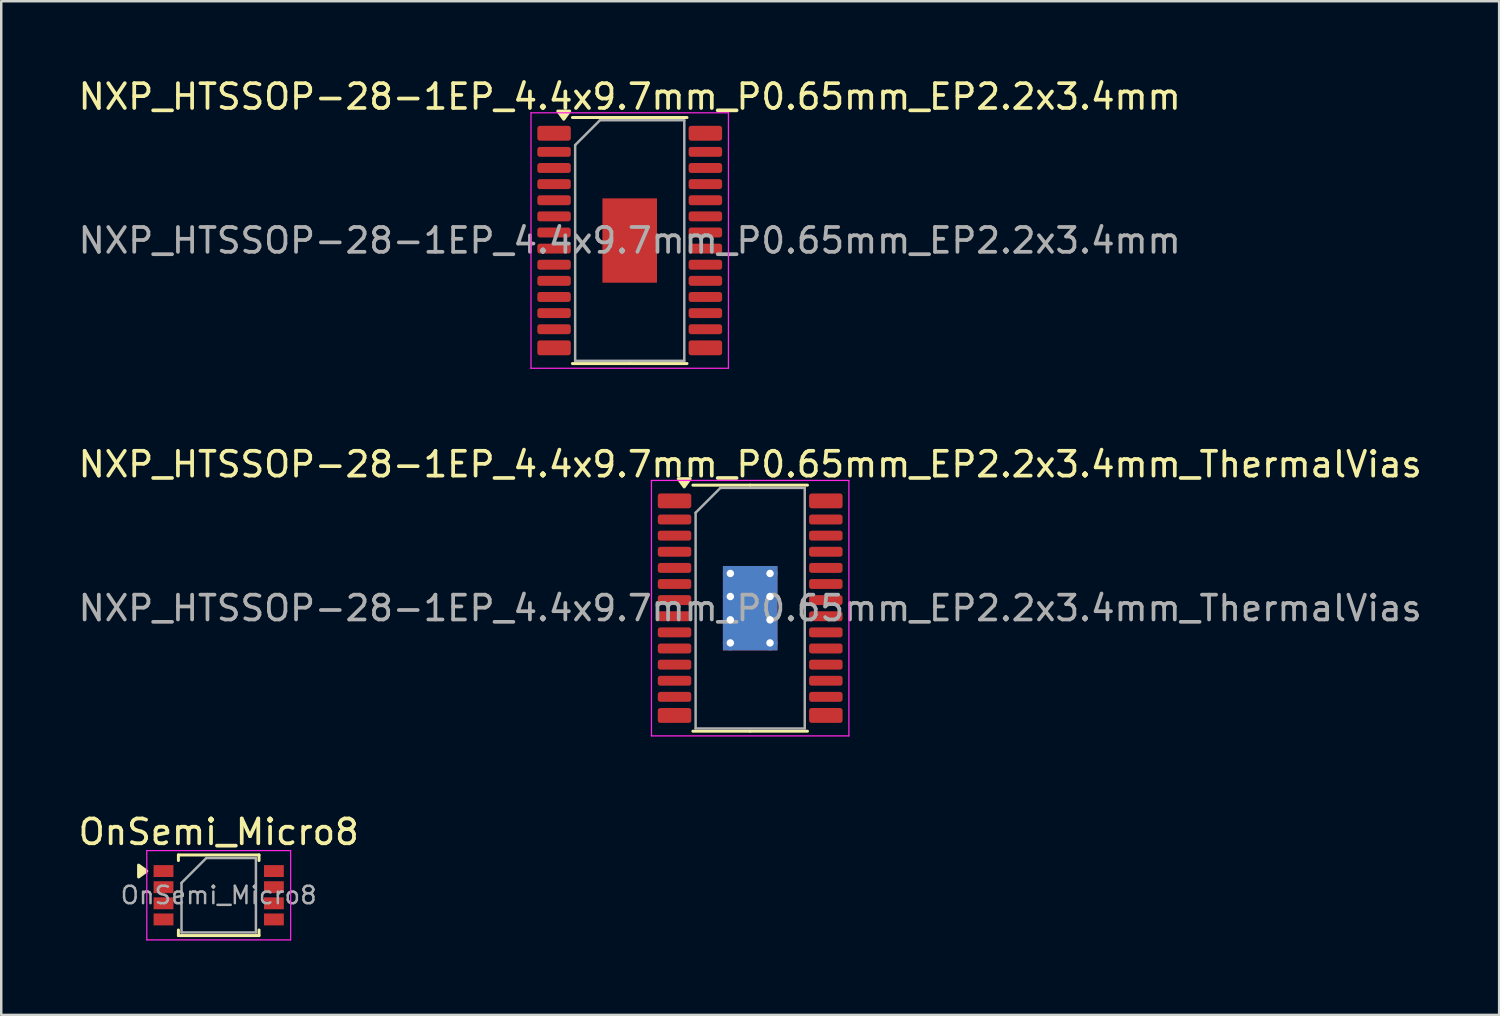
<source format=kicad_pcb>
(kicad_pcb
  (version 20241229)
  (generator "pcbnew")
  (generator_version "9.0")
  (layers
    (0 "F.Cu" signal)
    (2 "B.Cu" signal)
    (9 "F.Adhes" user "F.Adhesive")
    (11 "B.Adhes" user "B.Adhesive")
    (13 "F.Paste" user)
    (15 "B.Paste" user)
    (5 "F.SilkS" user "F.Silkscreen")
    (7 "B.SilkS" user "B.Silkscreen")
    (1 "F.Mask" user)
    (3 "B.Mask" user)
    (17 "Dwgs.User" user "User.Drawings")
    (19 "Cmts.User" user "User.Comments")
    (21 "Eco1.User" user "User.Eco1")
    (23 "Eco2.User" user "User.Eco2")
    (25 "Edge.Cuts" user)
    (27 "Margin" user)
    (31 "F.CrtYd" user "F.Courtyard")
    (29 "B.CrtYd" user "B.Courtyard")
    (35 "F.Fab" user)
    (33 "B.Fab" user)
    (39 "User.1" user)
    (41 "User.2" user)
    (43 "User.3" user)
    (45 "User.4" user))
  (footprint "NXP_HTSSOP-28-1EP_4.4x9.7mm_P0.65mm_EP2.2x3.4mm"
    (layer "F.Cu")
    (at 22.339 6.648)
    (property "Reference" "NXP_HTSSOP-28-1EP_4.4x9.7mm_P0.65mm_EP2.2x3.4mm" (at 0 -5.8 0) (layer "F.SilkS") (effects (font (size 1 1) (thickness 0.15))))
    (attr smd)
    (fp_line (start 0 -4.96) (end -2.31 -4.96) (stroke (width 0.12) (type solid)) (layer "F.SilkS"))
    (fp_line (start 0 -4.96) (end 2.31 -4.96) (stroke (width 0.12) (type solid)) (layer "F.SilkS"))
    (fp_line (start 0 4.96) (end -2.31 4.96) (stroke (width 0.12) (type solid)) (layer "F.SilkS"))
    (fp_line (start 0 4.96) (end 2.31 4.96) (stroke (width 0.12) (type solid)) (layer "F.SilkS"))
    (fp_poly (pts (xy -2.66 -4.89) (xy -2.42 -5.22) (xy -2.9 -5.22) (xy -2.66 -4.89)) (stroke (width 0.12) (type solid)) (fill yes) (layer "F.SilkS"))
    (fp_line (start -3.98 -5.15) (end -3.98 5.15) (stroke (width 0.05) (type solid)) (layer "F.CrtYd"))
    (fp_line (start -3.98 5.15) (end 3.98 5.15) (stroke (width 0.05) (type solid)) (layer "F.CrtYd"))
    (fp_line (start 3.98 -5.15) (end -3.98 -5.15) (stroke (width 0.05) (type solid)) (layer "F.CrtYd"))
    (fp_line (start 3.98 5.15) (end 3.98 -5.15) (stroke (width 0.05) (type solid)) (layer "F.CrtYd"))
    (fp_line (start -2.2 -3.85) (end -1.2 -4.85) (stroke (width 0.1) (type solid)) (layer "F.Fab"))
    (fp_line (start -2.2 4.85) (end -2.2 -3.85) (stroke (width 0.1) (type solid)) (layer "F.Fab"))
    (fp_line (start -1.2 -4.85) (end 2.2 -4.85) (stroke (width 0.1) (type solid)) (layer "F.Fab"))
    (fp_line (start 2.2 -4.85) (end 2.2 4.85) (stroke (width 0.1) (type solid)) (layer "F.Fab"))
    (fp_line (start 2.2 4.85) (end -2.2 4.85) (stroke (width 0.1) (type solid)) (layer "F.Fab"))
    (fp_text user "${REFERENCE}" (at 0 0 0) (layer "F.Fab") (effects (font (size 1 1) (thickness 0.15))))
    (pad "" smd roundrect (at -0.7 -1.23) (size 0.6 0.7) (layers "F.Paste") (roundrect_rratio 0.25))
    (pad "" smd roundrect (at -0.7 -0.41) (size 0.6 0.7) (layers "F.Paste") (roundrect_rratio 0.25))
    (pad "" smd roundrect (at -0.7 0.41) (size 0.6 0.7) (layers "F.Paste") (roundrect_rratio 0.25))
    (pad "" smd roundrect (at -0.7 1.23) (size 0.6 0.7) (layers "F.Paste") (roundrect_rratio 0.25))
    (pad "" smd roundrect (at 0 -1.23) (size 0.6 0.7) (layers "F.Paste") (roundrect_rratio 0.25))
    (pad "" smd roundrect (at 0 -0.41) (size 0.6 0.7) (layers "F.Paste") (roundrect_rratio 0.25))
    (pad "" smd roundrect (at 0 0.41) (size 0.6 0.7) (layers "F.Paste") (roundrect_rratio 0.25))
    (pad "" smd roundrect (at 0 1.23) (size 0.6 0.7) (layers "F.Paste") (roundrect_rratio 0.25))
    (pad "" smd roundrect (at 0.7 -1.23) (size 0.6 0.7) (layers "F.Paste") (roundrect_rratio 0.25))
    (pad "" smd roundrect (at 0.7 -0.41) (size 0.6 0.7) (layers "F.Paste") (roundrect_rratio 0.25))
    (pad "" smd roundrect (at 0.7 0.41) (size 0.6 0.7) (layers "F.Paste") (roundrect_rratio 0.25))
    (pad "" smd roundrect (at 0.7 1.23) (size 0.6 0.7) (layers "F.Paste") (roundrect_rratio 0.25))
    (pad "1" smd roundrect (at -3.05 -4.325) (size 1.35 0.6) (layers "F.Cu" "F.Mask" "F.Paste") (roundrect_rratio 0.167))
    (pad "2" smd roundrect (at -3.05 -3.575) (size 1.35 0.4) (layers "F.Cu" "F.Mask" "F.Paste") (roundrect_rratio 0.25))
    (pad "3" smd roundrect (at -3.05 -2.925) (size 1.35 0.4) (layers "F.Cu" "F.Mask" "F.Paste") (roundrect_rratio 0.25))
    (pad "4" smd roundrect (at -3.05 -2.275) (size 1.35 0.4) (layers "F.Cu" "F.Mask" "F.Paste") (roundrect_rratio 0.25))
    (pad "5" smd roundrect (at -3.05 -1.625) (size 1.35 0.4) (layers "F.Cu" "F.Mask" "F.Paste") (roundrect_rratio 0.25))
    (pad "6" smd roundrect (at -3.05 -0.975) (size 1.35 0.4) (layers "F.Cu" "F.Mask" "F.Paste") (roundrect_rratio 0.25))
    (pad "7" smd roundrect (at -3.05 -0.325) (size 1.35 0.4) (layers "F.Cu" "F.Mask" "F.Paste") (roundrect_rratio 0.25))
    (pad "8" smd roundrect (at -3.05 0.325) (size 1.35 0.4) (layers "F.Cu" "F.Mask" "F.Paste") (roundrect_rratio 0.25))
    (pad "9" smd roundrect (at -3.05 0.975) (size 1.35 0.4) (layers "F.Cu" "F.Mask" "F.Paste") (roundrect_rratio 0.25))
    (pad "10" smd roundrect (at -3.05 1.625) (size 1.35 0.4) (layers "F.Cu" "F.Mask" "F.Paste") (roundrect_rratio 0.25))
    (pad "11" smd roundrect (at -3.05 2.275) (size 1.35 0.4) (layers "F.Cu" "F.Mask" "F.Paste") (roundrect_rratio 0.25))
    (pad "12" smd roundrect (at -3.05 2.925) (size 1.35 0.4) (layers "F.Cu" "F.Mask" "F.Paste") (roundrect_rratio 0.25))
    (pad "13" smd roundrect (at -3.05 3.575) (size 1.35 0.4) (layers "F.Cu" "F.Mask" "F.Paste") (roundrect_rratio 0.25))
    (pad "14" smd roundrect (at -3.05 4.325) (size 1.35 0.6) (layers "F.Cu" "F.Mask" "F.Paste") (roundrect_rratio 0.167))
    (pad "15" smd roundrect (at 3.05 4.325) (size 1.35 0.6) (layers "F.Cu" "F.Mask" "F.Paste") (roundrect_rratio 0.167))
    (pad "16" smd roundrect (at 3.05 3.575) (size 1.35 0.4) (layers "F.Cu" "F.Mask" "F.Paste") (roundrect_rratio 0.25))
    (pad "17" smd roundrect (at 3.05 2.925) (size 1.35 0.4) (layers "F.Cu" "F.Mask" "F.Paste") (roundrect_rratio 0.25))
    (pad "18" smd roundrect (at 3.05 2.275) (size 1.35 0.4) (layers "F.Cu" "F.Mask" "F.Paste") (roundrect_rratio 0.25))
    (pad "19" smd roundrect (at 3.05 1.625) (size 1.35 0.4) (layers "F.Cu" "F.Mask" "F.Paste") (roundrect_rratio 0.25))
    (pad "20" smd roundrect (at 3.05 0.975) (size 1.35 0.4) (layers "F.Cu" "F.Mask" "F.Paste") (roundrect_rratio 0.25))
    (pad "21" smd roundrect (at 3.05 0.325) (size 1.35 0.4) (layers "F.Cu" "F.Mask" "F.Paste") (roundrect_rratio 0.25))
    (pad "22" smd roundrect (at 3.05 -0.325) (size 1.35 0.4) (layers "F.Cu" "F.Mask" "F.Paste") (roundrect_rratio 0.25))
    (pad "23" smd roundrect (at 3.05 -0.975) (size 1.35 0.4) (layers "F.Cu" "F.Mask" "F.Paste") (roundrect_rratio 0.25))
    (pad "24" smd roundrect (at 3.05 -1.625) (size 1.35 0.4) (layers "F.Cu" "F.Mask" "F.Paste") (roundrect_rratio 0.25))
    (pad "25" smd roundrect (at 3.05 -2.275) (size 1.35 0.4) (layers "F.Cu" "F.Mask" "F.Paste") (roundrect_rratio 0.25))
    (pad "26" smd roundrect (at 3.05 -2.925) (size 1.35 0.4) (layers "F.Cu" "F.Mask" "F.Paste") (roundrect_rratio 0.25))
    (pad "27" smd roundrect (at 3.05 -3.575) (size 1.35 0.4) (layers "F.Cu" "F.Mask" "F.Paste") (roundrect_rratio 0.25))
    (pad "28" smd roundrect (at 3.05 -4.325) (size 1.35 0.6) (layers "F.Cu" "F.Mask" "F.Paste") (roundrect_rratio 0.167))
    (pad "29" smd rect (at 0 0) (size 2.2 3.4) (layers "F.Cu" "F.Mask")))
  (footprint "OnSemi_Micro8"
    (layer "F.Cu")
    (at 5.768 33.045)
    (property "Reference" "OnSemi_Micro8" (at 0 -2.55 0) (layer "F.SilkS") (effects (font (size 1 1) (thickness 0.15))))
    (attr smd)
    (fp_line (start -1.625 -1.625) (end 1.625 -1.625) (stroke (width 0.12) (type solid)) (layer "F.SilkS"))
    (fp_line (start -1.625 -1.4) (end -1.625 -1.625) (stroke (width 0.12) (type solid)) (layer "F.SilkS"))
    (fp_line (start -1.625 1.625) (end -1.625 1.4) (stroke (width 0.12) (type solid)) (layer "F.SilkS"))
    (fp_line (start -1.625 1.625) (end 1.625 1.625) (stroke (width 0.12) (type solid)) (layer "F.SilkS"))
    (fp_line (start 1.625 -1.625) (end 1.625 -1.4) (stroke (width 0.12) (type solid)) (layer "F.SilkS"))
    (fp_line (start 1.625 1.625) (end 1.625 1.4) (stroke (width 0.12) (type solid)) (layer "F.SilkS"))
    (fp_poly (pts (xy -2.9 -0.975) (xy -3.23 -1.215) (xy -3.23 -0.735) (xy -2.9 -0.975)) (stroke (width 0.12) (type solid)) (fill yes) (layer "F.SilkS"))
    (fp_line (start -2.9 -1.8) (end -2.9 1.8) (stroke (width 0.05) (type solid)) (layer "F.CrtYd"))
    (fp_line (start -2.9 -1.8) (end 2.9 -1.8) (stroke (width 0.05) (type solid)) (layer "F.CrtYd"))
    (fp_line (start -2.9 1.8) (end 2.9 1.8) (stroke (width 0.05) (type solid)) (layer "F.CrtYd"))
    (fp_line (start 2.9 -1.8) (end 2.9 1.8) (stroke (width 0.05) (type solid)) (layer "F.CrtYd"))
    (fp_line (start -1.5 -0.5) (end -0.5 -1.5) (stroke (width 0.1) (type solid)) (layer "F.Fab"))
    (fp_line (start -1.5 1.5) (end -1.5 -0.5) (stroke (width 0.1) (type solid)) (layer "F.Fab"))
    (fp_line (start -0.5 -1.5) (end 1.5 -1.5) (stroke (width 0.1) (type solid)) (layer "F.Fab"))
    (fp_line (start 1.5 -1.5) (end 1.5 1.5) (stroke (width 0.1) (type solid)) (layer "F.Fab"))
    (fp_line (start 1.5 1.5) (end -1.5 1.5) (stroke (width 0.1) (type solid)) (layer "F.Fab"))
    (fp_text user "${REFERENCE}" (at 0 0 0) (layer "F.Fab") (effects (font (size 0.7 0.7) (thickness 0.1))))
    (pad "1" smd rect (at -2.225 -0.975) (size 0.8 0.48) (layers "F.Cu" "F.Mask" "F.Paste"))
    (pad "2" smd rect (at -2.225 -0.325) (size 0.8 0.48) (layers "F.Cu" "F.Mask" "F.Paste"))
    (pad "3" smd rect (at -2.225 0.325) (size 0.8 0.48) (layers "F.Cu" "F.Mask" "F.Paste"))
    (pad "4" smd rect (at -2.225 0.975) (size 0.8 0.48) (layers "F.Cu" "F.Mask" "F.Paste"))
    (pad "5" smd rect (at 2.225 0.975) (size 0.8 0.48) (layers "F.Cu" "F.Mask" "F.Paste"))
    (pad "6" smd rect (at 2.225 0.325) (size 0.8 0.48) (layers "F.Cu" "F.Mask" "F.Paste"))
    (pad "7" smd rect (at 2.225 -0.325) (size 0.8 0.48) (layers "F.Cu" "F.Mask" "F.Paste"))
    (pad "8" smd rect (at 2.225 -0.975) (size 0.8 0.48) (layers "F.Cu" "F.Mask" "F.Paste")))
  (footprint "NXP_HTSSOP-28-1EP_4.4x9.7mm_P0.65mm_EP2.2x3.4mm_ThermalVias"
    (layer "F.Cu")
    (at 27.196 21.471)
    (property "Reference" "NXP_HTSSOP-28-1EP_4.4x9.7mm_P0.65mm_EP2.2x3.4mm_ThermalVias" (at 0 -5.8 0) (layer "F.SilkS") (effects (font (size 1 1) (thickness 0.15))))
    (attr smd)
    (fp_line (start 0 -4.96) (end -2.31 -4.96) (stroke (width 0.12) (type solid)) (layer "F.SilkS"))
    (fp_line (start 0 -4.96) (end 2.31 -4.96) (stroke (width 0.12) (type solid)) (layer "F.SilkS"))
    (fp_line (start 0 4.96) (end -2.31 4.96) (stroke (width 0.12) (type solid)) (layer "F.SilkS"))
    (fp_line (start 0 4.96) (end 2.31 4.96) (stroke (width 0.12) (type solid)) (layer "F.SilkS"))
    (fp_poly (pts (xy -2.66 -4.89) (xy -2.42 -5.22) (xy -2.9 -5.22) (xy -2.66 -4.89)) (stroke (width 0.12) (type solid)) (fill yes) (layer "F.SilkS"))
    (fp_line (start -3.98 -5.15) (end -3.98 5.15) (stroke (width 0.05) (type solid)) (layer "F.CrtYd"))
    (fp_line (start -3.98 5.15) (end 3.98 5.15) (stroke (width 0.05) (type solid)) (layer "F.CrtYd"))
    (fp_line (start 3.98 -5.15) (end -3.98 -5.15) (stroke (width 0.05) (type solid)) (layer "F.CrtYd"))
    (fp_line (start 3.98 5.15) (end 3.98 -5.15) (stroke (width 0.05) (type solid)) (layer "F.CrtYd"))
    (fp_line (start -2.2 -3.85) (end -1.2 -4.85) (stroke (width 0.1) (type solid)) (layer "F.Fab"))
    (fp_line (start -2.2 4.85) (end -2.2 -3.85) (stroke (width 0.1) (type solid)) (layer "F.Fab"))
    (fp_line (start -1.2 -4.85) (end 2.2 -4.85) (stroke (width 0.1) (type solid)) (layer "F.Fab"))
    (fp_line (start 2.2 -4.85) (end 2.2 4.85) (stroke (width 0.1) (type solid)) (layer "F.Fab"))
    (fp_line (start 2.2 4.85) (end -2.2 4.85) (stroke (width 0.1) (type solid)) (layer "F.Fab"))
    (fp_text user "${REFERENCE}" (at 0 0 0) (layer "F.Fab") (effects (font (size 1 1) (thickness 0.15))))
    (pad "" smd roundrect (at -0.7 -1.23) (size 0.6 0.7) (layers "F.Paste") (roundrect_rratio 0.25))
    (pad "" smd roundrect (at -0.7 -0.41) (size 0.6 0.7) (layers "F.Paste") (roundrect_rratio 0.25))
    (pad "" smd roundrect (at -0.7 0.41) (size 0.6 0.7) (layers "F.Paste") (roundrect_rratio 0.25))
    (pad "" smd roundrect (at -0.7 1.23) (size 0.6 0.7) (layers "F.Paste") (roundrect_rratio 0.25))
    (pad "" smd roundrect (at 0 -1.23) (size 0.6 0.7) (layers "F.Paste") (roundrect_rratio 0.25))
    (pad "" smd roundrect (at 0 -0.41) (size 0.6 0.7) (layers "F.Paste") (roundrect_rratio 0.25))
    (pad "" smd roundrect (at 0 0.41) (size 0.6 0.7) (layers "F.Paste") (roundrect_rratio 0.25))
    (pad "" smd roundrect (at 0 1.23) (size 0.6 0.7) (layers "F.Paste") (roundrect_rratio 0.25))
    (pad "" smd roundrect (at 0.7 -1.23) (size 0.6 0.7) (layers "F.Paste") (roundrect_rratio 0.25))
    (pad "" smd roundrect (at 0.7 -0.41) (size 0.6 0.7) (layers "F.Paste") (roundrect_rratio 0.25))
    (pad "" smd roundrect (at 0.7 0.41) (size 0.6 0.7) (layers "F.Paste") (roundrect_rratio 0.25))
    (pad "" smd roundrect (at 0.7 1.23) (size 0.6 0.7) (layers "F.Paste") (roundrect_rratio 0.25))
    (pad "1" smd roundrect (at -3.05 -4.325) (size 1.35 0.6) (layers "F.Cu" "F.Mask" "F.Paste") (roundrect_rratio 0.167))
    (pad "2" smd roundrect (at -3.05 -3.575) (size 1.35 0.4) (layers "F.Cu" "F.Mask" "F.Paste") (roundrect_rratio 0.25))
    (pad "3" smd roundrect (at -3.05 -2.925) (size 1.35 0.4) (layers "F.Cu" "F.Mask" "F.Paste") (roundrect_rratio 0.25))
    (pad "4" smd roundrect (at -3.05 -2.275) (size 1.35 0.4) (layers "F.Cu" "F.Mask" "F.Paste") (roundrect_rratio 0.25))
    (pad "5" smd roundrect (at -3.05 -1.625) (size 1.35 0.4) (layers "F.Cu" "F.Mask" "F.Paste") (roundrect_rratio 0.25))
    (pad "6" smd roundrect (at -3.05 -0.975) (size 1.35 0.4) (layers "F.Cu" "F.Mask" "F.Paste") (roundrect_rratio 0.25))
    (pad "7" smd roundrect (at -3.05 -0.325) (size 1.35 0.4) (layers "F.Cu" "F.Mask" "F.Paste") (roundrect_rratio 0.25))
    (pad "8" smd roundrect (at -3.05 0.325) (size 1.35 0.4) (layers "F.Cu" "F.Mask" "F.Paste") (roundrect_rratio 0.25))
    (pad "9" smd roundrect (at -3.05 0.975) (size 1.35 0.4) (layers "F.Cu" "F.Mask" "F.Paste") (roundrect_rratio 0.25))
    (pad "10" smd roundrect (at -3.05 1.625) (size 1.35 0.4) (layers "F.Cu" "F.Mask" "F.Paste") (roundrect_rratio 0.25))
    (pad "11" smd roundrect (at -3.05 2.275) (size 1.35 0.4) (layers "F.Cu" "F.Mask" "F.Paste") (roundrect_rratio 0.25))
    (pad "12" smd roundrect (at -3.05 2.925) (size 1.35 0.4) (layers "F.Cu" "F.Mask" "F.Paste") (roundrect_rratio 0.25))
    (pad "13" smd roundrect (at -3.05 3.575) (size 1.35 0.4) (layers "F.Cu" "F.Mask" "F.Paste") (roundrect_rratio 0.25))
    (pad "14" smd roundrect (at -3.05 4.325) (size 1.35 0.6) (layers "F.Cu" "F.Mask" "F.Paste") (roundrect_rratio 0.167))
    (pad "15" smd roundrect (at 3.05 4.325) (size 1.35 0.6) (layers "F.Cu" "F.Mask" "F.Paste") (roundrect_rratio 0.167))
    (pad "16" smd roundrect (at 3.05 3.575) (size 1.35 0.4) (layers "F.Cu" "F.Mask" "F.Paste") (roundrect_rratio 0.25))
    (pad "17" smd roundrect (at 3.05 2.925) (size 1.35 0.4) (layers "F.Cu" "F.Mask" "F.Paste") (roundrect_rratio 0.25))
    (pad "18" smd roundrect (at 3.05 2.275) (size 1.35 0.4) (layers "F.Cu" "F.Mask" "F.Paste") (roundrect_rratio 0.25))
    (pad "19" smd roundrect (at 3.05 1.625) (size 1.35 0.4) (layers "F.Cu" "F.Mask" "F.Paste") (roundrect_rratio 0.25))
    (pad "20" smd roundrect (at 3.05 0.975) (size 1.35 0.4) (layers "F.Cu" "F.Mask" "F.Paste") (roundrect_rratio 0.25))
    (pad "21" smd roundrect (at 3.05 0.325) (size 1.35 0.4) (layers "F.Cu" "F.Mask" "F.Paste") (roundrect_rratio 0.25))
    (pad "22" smd roundrect (at 3.05 -0.325) (size 1.35 0.4) (layers "F.Cu" "F.Mask" "F.Paste") (roundrect_rratio 0.25))
    (pad "23" smd roundrect (at 3.05 -0.975) (size 1.35 0.4) (layers "F.Cu" "F.Mask" "F.Paste") (roundrect_rratio 0.25))
    (pad "24" smd roundrect (at 3.05 -1.625) (size 1.35 0.4) (layers "F.Cu" "F.Mask" "F.Paste") (roundrect_rratio 0.25))
    (pad "25" smd roundrect (at 3.05 -2.275) (size 1.35 0.4) (layers "F.Cu" "F.Mask" "F.Paste") (roundrect_rratio 0.25))
    (pad "26" smd roundrect (at 3.05 -2.925) (size 1.35 0.4) (layers "F.Cu" "F.Mask" "F.Paste") (roundrect_rratio 0.25))
    (pad "27" smd roundrect (at 3.05 -3.575) (size 1.35 0.4) (layers "F.Cu" "F.Mask" "F.Paste") (roundrect_rratio 0.25))
    (pad "28" smd roundrect (at 3.05 -4.325) (size 1.35 0.6) (layers "F.Cu" "F.Mask" "F.Paste") (roundrect_rratio 0.167))
    (pad "29" thru_hole circle (at -0.8 -1.4) (size 0.6 0.6) (drill 0.3) (layers "*.Cu"))
    (pad "29" thru_hole circle (at -0.8 -0.47) (size 0.6 0.6) (drill 0.3) (layers "*.Cu"))
    (pad "29" thru_hole circle (at -0.8 0.47) (size 0.6 0.6) (drill 0.3) (layers "*.Cu"))
    (pad "29" thru_hole circle (at -0.8 1.4) (size 0.6 0.6) (drill 0.3) (layers "*.Cu"))
    (pad "29" smd rect (at 0 0) (size 2.2 3.4) (layers "F.Cu" "F.Mask"))
    (pad "29" smd rect (at 0 0) (size 2.2 3.4) (layers "B.Cu"))
    (pad "29" thru_hole circle (at 0.8 -1.4) (size 0.6 0.6) (drill 0.3) (layers "*.Cu"))
    (pad "29" thru_hole circle (at 0.8 -0.47) (size 0.6 0.6) (drill 0.3) (layers "*.Cu"))
    (pad "29" thru_hole circle (at 0.8 0.47) (size 0.6 0.6) (drill 0.3) (layers "*.Cu"))
    (pad "29" thru_hole circle (at 0.8 1.4) (size 0.6 0.6) (drill 0.3) (layers "*.Cu")))
  (gr_rect
    (start -3 -3)
    (end 57.393 37.87)
    (stroke (width 0.1) (type default))
    (fill no)
    (layer "Edge.Cuts")))
</source>
